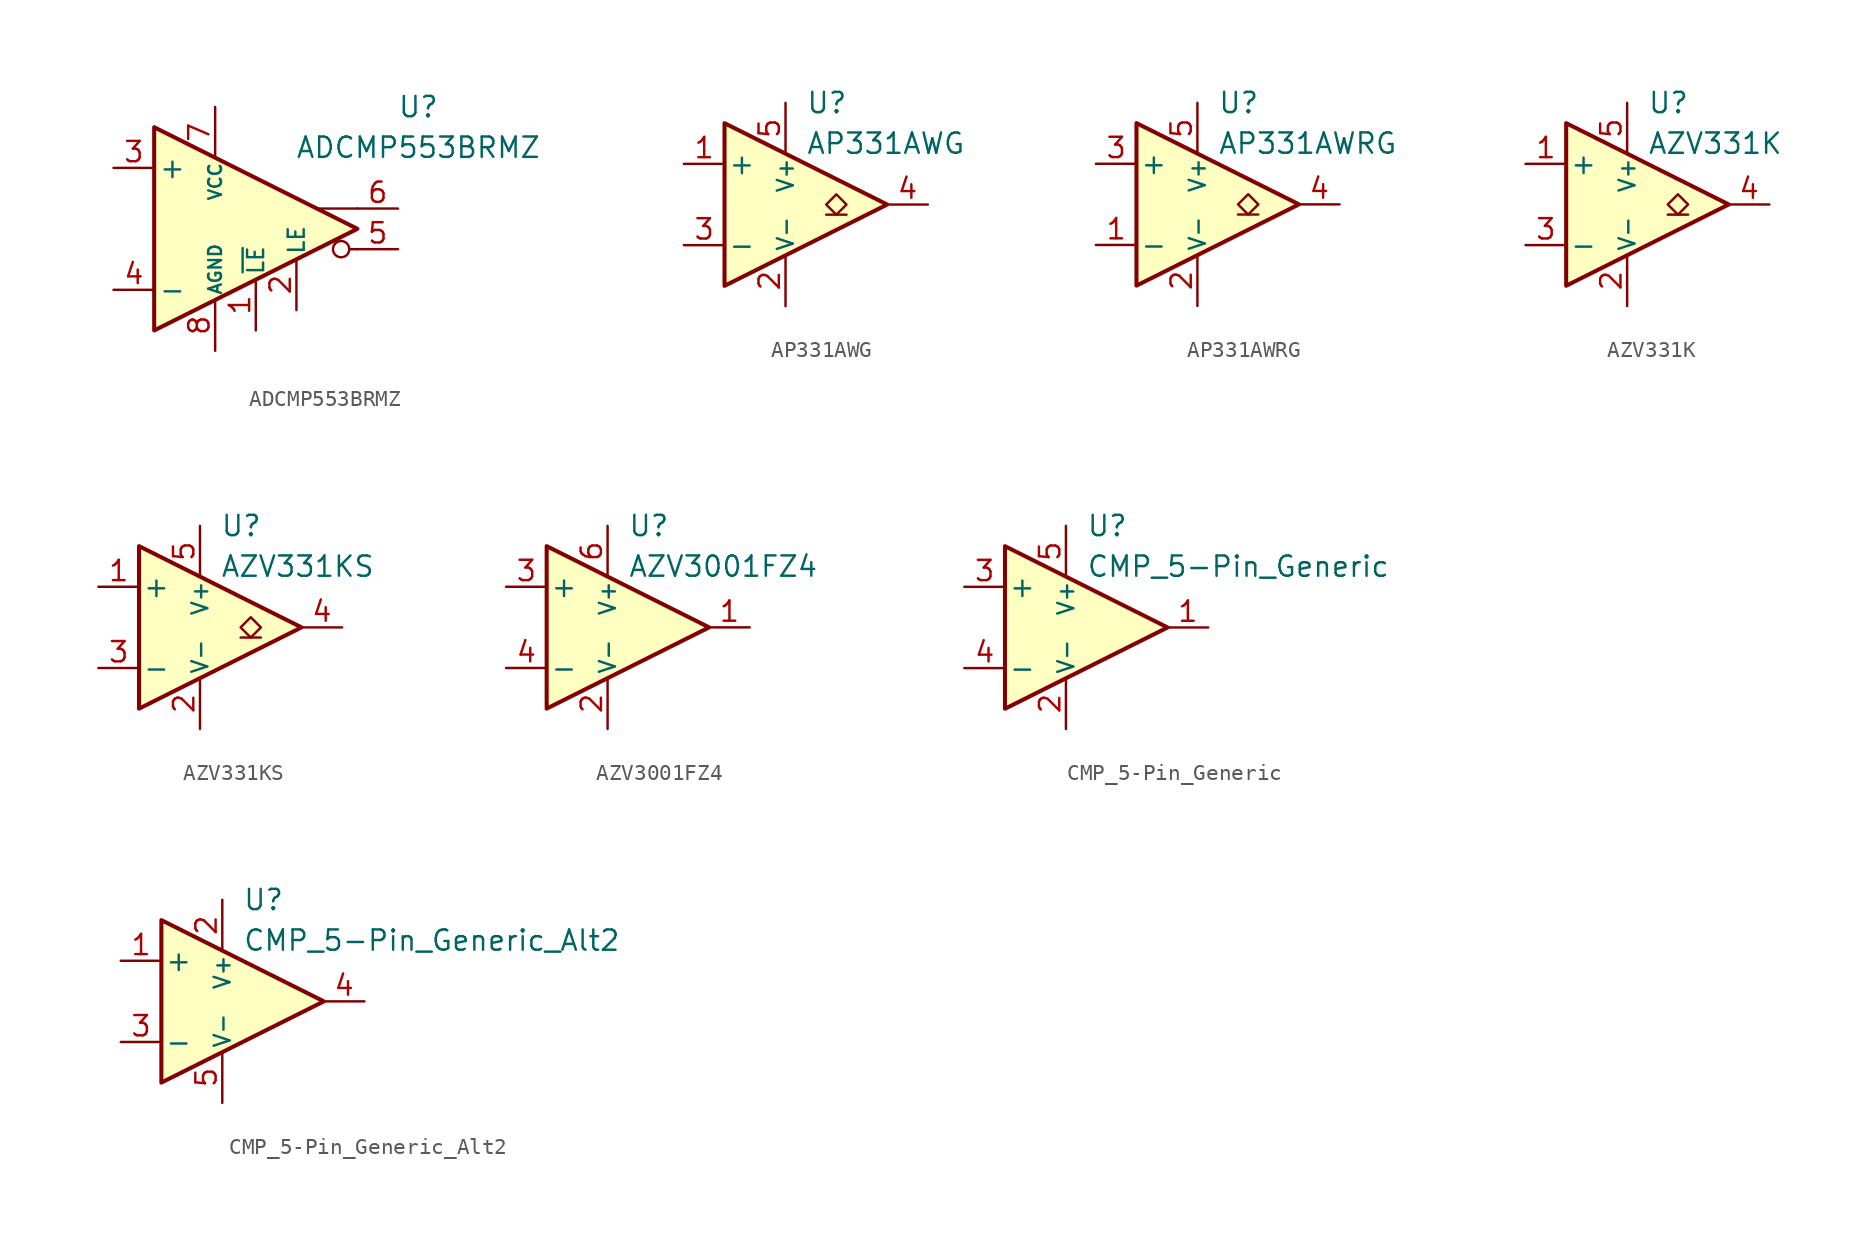
<source format=kicad_sym>
(kicad_symbol_lib
  (version 20231120)
  (generator "kicad_symbol_editor")
  (generator_version "8.0")
  (symbol "ADCMP553BRMZ"
    (pin_names
      (offset 0.254))
    (property "Reference" "U"
      (at 12.7 7.62 0)
      (effects (font (size 1.27 1.27))))
    (property "Value" "ADCMP553BRMZ"
      (at 12.7 5.08 0)
      (effects (font (size 1.27 1.27))))
    (symbol "ADCMP553BRMZ_1_0"
      (polyline (pts (xy 8.89 -1.27) (xy 8.382 -1.27)) (stroke (width 0.152) (type default)) (fill (type none)))
      (polyline (pts (xy 8.89 1.27) (xy 6.35 1.27)) (stroke (width 0.152) (type default)) (fill (type none)))
      (polyline (pts (xy 8.89 0) (xy -3.81 6.35) (xy -3.81 -6.35) (xy 8.89 0)) (stroke (width 0.254) (type default)) (fill (type background)))
      (circle (center 7.874 -1.27) (radius 0.508) (stroke (width 0.152) (type default)) (fill (type none))))
    (symbol "ADCMP553BRMZ_1_1"
      (pin input line (at 2.54 -6.35 90) (length 3.18) (name "~{LE}" (effects (font (size 1 1)))) (number "1" (effects (font (size 1.27 1.27)))))
      (pin input line (at 5.08 -5.08 90) (length 3.18) (name "LE" (effects (font (size 1 1)))) (number "2" (effects (font (size 1.27 1.27)))))
      (pin input line (at -6.35 3.81 0) (length 2.54) (name "+" (effects (font (size 1.27 1.27)))) (number "3" (effects (font (size 1.27 1.27)))))
      (pin input line (at -6.35 -3.81 0) (length 2.54) (name "-" (effects (font (size 1.27 1.27)))) (number "4" (effects (font (size 1.27 1.27)))))
      (pin output line (at 11.43 -1.27 180) (length 2.54) (name "~" (effects (font (size 1.27 1.27)))) (number "5" (effects (font (size 1.27 1.27)))))
      (pin output line (at 11.43 1.27 180) (length 2.54) (name "~" (effects (font (size 1.27 1.27)))) (number "6" (effects (font (size 1.27 1.27)))))
      (pin power_in line (at 0 7.62 270) (length 3.18) (name "VCC" (effects (font (size 0.8 0.8)))) (number "7" (effects (font (size 1.27 1.27)))))
      (pin power_in line (at 0 -7.62 90) (length 3.18) (name "AGND" (effects (font (size 0.8 0.8)))) (number "8" (effects (font (size 1.27 1.27)))))))
  (symbol "AP331AWG"
    (pin_names
      (offset 0.2))
    (property "Reference" "U"
      (at 1.27 6.35 0)
      (effects (font (size 1.27 1.27)) (justify left)))
    (property "Value" "AP331AWG"
      (at 1.27 3.81 0)
      (effects (font (size 1.27 1.27)) (justify left)))
    (symbol "AP331AWG_0_1"
      (polyline (pts (xy -3.81 5.08) (xy -3.81 -5.08) (xy 6.35 0) (xy -3.81 5.08)) (stroke (width 0.254) (type default)) (fill (type background))))
    (symbol "AP331AWG_1_1"
      (polyline (pts (xy 3.81 -0.635) (xy 2.54 -0.635)) (stroke (width 0.152) (type default)) (fill (type none)))
      (polyline (pts (xy 3.175 -0.635) (xy 2.54 0) (xy 3.175 0.635) (xy 3.81 0) (xy 3.175 -0.635)) (stroke (width 0.152) (type default)) (fill (type none)))
      (pin input line (at -6.35 2.54 0) (length 2.54) (name "+" (effects (font (size 1.27 1.27)))) (number "1" (effects (font (size 1.27 1.27)))))
      (pin power_in line (at 0 -6.35 90) (length 3.18) (name "V-" (effects (font (size 1 1)))) (number "2" (effects (font (size 1.27 1.27)))))
      (pin input line (at -6.35 -2.54 0) (length 2.54) (name "-" (effects (font (size 1.27 1.27)))) (number "3" (effects (font (size 1.27 1.27)))))
      (pin open_collector line (at 8.89 0 180) (length 2.54) (name "~" (effects (font (size 1.27 1.27)))) (number "4" (effects (font (size 1.27 1.27)))))
      (pin power_in line (at 0 6.35 270) (length 3.18) (name "V+" (effects (font (size 1 1)))) (number "5" (effects (font (size 1.27 1.27)))))))
  (symbol "AP331AWRG"
    (pin_names
      (offset 0.2))
    (property "Reference" "U"
      (at 1.27 6.35 0)
      (effects (font (size 1.27 1.27)) (justify left)))
    (property "Value" "AP331AWRG"
      (at 1.27 3.81 0)
      (effects (font (size 1.27 1.27)) (justify left)))
    (symbol "AP331AWRG_0_1"
      (polyline (pts (xy -3.81 5.08) (xy -3.81 -5.08) (xy 6.35 0) (xy -3.81 5.08)) (stroke (width 0.254) (type default)) (fill (type background))))
    (symbol "AP331AWRG_1_1"
      (polyline (pts (xy 3.81 -0.635) (xy 2.54 -0.635)) (stroke (width 0.152) (type default)) (fill (type none)))
      (polyline (pts (xy 3.175 -0.635) (xy 2.54 0) (xy 3.175 0.635) (xy 3.81 0) (xy 3.175 -0.635)) (stroke (width 0.152) (type default)) (fill (type none)))
      (pin input line (at -6.35 -2.54 0) (length 2.54) (name "-" (effects (font (size 1.27 1.27)))) (number "1" (effects (font (size 1.27 1.27)))))
      (pin power_in line (at 0 -6.35 90) (length 3.18) (name "V-" (effects (font (size 1 1)))) (number "2" (effects (font (size 1.27 1.27)))))
      (pin input line (at -6.35 2.54 0) (length 2.54) (name "+" (effects (font (size 1.27 1.27)))) (number "3" (effects (font (size 1.27 1.27)))))
      (pin open_collector line (at 8.89 0 180) (length 2.54) (name "~" (effects (font (size 1.27 1.27)))) (number "4" (effects (font (size 1.27 1.27)))))
      (pin power_in line (at 0 6.35 270) (length 3.18) (name "V+" (effects (font (size 1 1)))) (number "5" (effects (font (size 1.27 1.27)))))))
  (symbol "AZV331K"
    (pin_names
      (offset 0.2))
    (property "Reference" "U"
      (at 1.27 6.35 0)
      (effects (font (size 1.27 1.27)) (justify left)))
    (property "Value" "AZV331K"
      (at 1.27 3.81 0)
      (effects (font (size 1.27 1.27)) (justify left)))
    (symbol "AZV331K_0_1"
      (polyline (pts (xy -3.81 5.08) (xy -3.81 -5.08) (xy 6.35 0) (xy -3.81 5.08)) (stroke (width 0.254) (type default)) (fill (type background))))
    (symbol "AZV331K_1_1"
      (polyline (pts (xy 3.81 -0.635) (xy 2.54 -0.635)) (stroke (width 0.152) (type default)) (fill (type none)))
      (polyline (pts (xy 3.175 -0.635) (xy 2.54 0) (xy 3.175 0.635) (xy 3.81 0) (xy 3.175 -0.635)) (stroke (width 0.152) (type default)) (fill (type none)))
      (pin input line (at -6.35 2.54 0) (length 2.54) (name "+" (effects (font (size 1.27 1.27)))) (number "1" (effects (font (size 1.27 1.27)))))
      (pin power_in line (at 0 -6.35 90) (length 3.18) (name "V-" (effects (font (size 1 1)))) (number "2" (effects (font (size 1.27 1.27)))))
      (pin input line (at -6.35 -2.54 0) (length 2.54) (name "-" (effects (font (size 1.27 1.27)))) (number "3" (effects (font (size 1.27 1.27)))))
      (pin open_collector line (at 8.89 0 180) (length 2.54) (name "~" (effects (font (size 1.27 1.27)))) (number "4" (effects (font (size 1.27 1.27)))))
      (pin power_in line (at 0 6.35 270) (length 3.18) (name "V+" (effects (font (size 1 1)))) (number "5" (effects (font (size 1.27 1.27)))))))
  (symbol "AZV331KS"
    (pin_names
      (offset 0.2))
    (property "Reference" "U"
      (at 1.27 6.35 0)
      (effects (font (size 1.27 1.27)) (justify left)))
    (property "Value" "AZV331KS"
      (at 1.27 3.81 0)
      (effects (font (size 1.27 1.27)) (justify left)))
    (symbol "AZV331KS_0_1"
      (polyline (pts (xy -3.81 5.08) (xy -3.81 -5.08) (xy 6.35 0) (xy -3.81 5.08)) (stroke (width 0.254) (type default)) (fill (type background))))
    (symbol "AZV331KS_1_1"
      (polyline (pts (xy 3.81 -0.635) (xy 2.54 -0.635)) (stroke (width 0.152) (type default)) (fill (type none)))
      (polyline (pts (xy 3.175 -0.635) (xy 2.54 0) (xy 3.175 0.635) (xy 3.81 0) (xy 3.175 -0.635)) (stroke (width 0.152) (type default)) (fill (type none)))
      (pin input line (at -6.35 2.54 0) (length 2.54) (name "+" (effects (font (size 1.27 1.27)))) (number "1" (effects (font (size 1.27 1.27)))))
      (pin power_in line (at 0 -6.35 90) (length 3.18) (name "V-" (effects (font (size 1 1)))) (number "2" (effects (font (size 1.27 1.27)))))
      (pin input line (at -6.35 -2.54 0) (length 2.54) (name "-" (effects (font (size 1.27 1.27)))) (number "3" (effects (font (size 1.27 1.27)))))
      (pin open_collector line (at 8.89 0 180) (length 2.54) (name "~" (effects (font (size 1.27 1.27)))) (number "4" (effects (font (size 1.27 1.27)))))
      (pin power_in line (at 0 6.35 270) (length 3.18) (name "V+" (effects (font (size 1 1)))) (number "5" (effects (font (size 1.27 1.27)))))))
  (symbol "AZV3001FZ4"
    (pin_names
      (offset 0.2))
    (property "Reference" "U"
      (at 1.27 6.35 0)
      (effects (font (size 1.27 1.27)) (justify left)))
    (property "Value" "AZV3001FZ4"
      (at 1.27 3.81 0)
      (effects (font (size 1.27 1.27)) (justify left)))
    (symbol "AZV3001FZ4_0_1"
      (polyline (pts (xy -3.81 5.08) (xy -3.81 -5.08) (xy 6.35 0) (xy -3.81 5.08)) (stroke (width 0.254) (type default)) (fill (type background))))
    (symbol "AZV3001FZ4_1_1"
      (pin output line (at 8.89 0 180) (length 2.54) (name "~" (effects (font (size 1.27 1.27)))) (number "1" (effects (font (size 1.27 1.27)))))
      (pin power_in line (at 0 -6.35 90) (length 3.18) (name "V-" (effects (font (size 1 1)))) (number "2" (effects (font (size 1.27 1.27)))))
      (pin input line (at -6.35 2.54 0) (length 2.54) (name "+" (effects (font (size 1.27 1.27)))) (number "3" (effects (font (size 1.27 1.27)))))
      (pin input line (at -6.35 -2.54 0) (length 2.54) (name "-" (effects (font (size 1.27 1.27)))) (number "4" (effects (font (size 1.27 1.27)))))
      (pin free line (at -2.54 0 0) (length 2.54) hide (name "NC" (effects (font (size 1.27 1.27)))) (number "5" (effects (font (size 1.27 1.27)))))
      (pin power_in line (at 0 6.35 270) (length 3.18) (name "V+" (effects (font (size 1 1)))) (number "6" (effects (font (size 1.27 1.27)))))))
  (symbol "CMP_5-Pin_Generic"
    (pin_names
      (offset 0.2))
    (property "Reference" "U"
      (at 1.27 6.35 0)
      (effects (font (size 1.27 1.27)) (justify left)))
    (property "Value" "CMP_5-Pin_Generic"
      (at 1.27 3.81 0)
      (effects (font (size 1.27 1.27)) (justify left)))
    (symbol "CMP_5-Pin_Generic_0_1"
      (polyline (pts (xy -3.81 5.08) (xy -3.81 -5.08) (xy 6.35 0) (xy -3.81 5.08)) (stroke (width 0.254) (type default)) (fill (type background))))
    (symbol "CMP_5-Pin_Generic_1_1"
      (pin output line (at 8.89 0 180) (length 2.54) (name "~" (effects (font (size 1.27 1.27)))) (number "1" (effects (font (size 1.27 1.27)))))
      (pin power_in line (at 0 -6.35 90) (length 3.18) (name "V-" (effects (font (size 1 1)))) (number "2" (effects (font (size 1.27 1.27)))))
      (pin input line (at -6.35 2.54 0) (length 2.54) (name "+" (effects (font (size 1.27 1.27)))) (number "3" (effects (font (size 1.27 1.27)))))
      (pin input line (at -6.35 -2.54 0) (length 2.54) (name "-" (effects (font (size 1.27 1.27)))) (number "4" (effects (font (size 1.27 1.27)))))
      (pin power_in line (at 0 6.35 270) (length 3.18) (name "V+" (effects (font (size 1 1)))) (number "5" (effects (font (size 1.27 1.27)))))))
  (symbol "CMP_5-Pin_Generic_Alt2"
    (pin_names
      (offset 0.2))
    (property "Reference" "U"
      (at 1.27 6.35 0)
      (effects (font (size 1.27 1.27)) (justify left)))
    (property "Value" "CMP_5-Pin_Generic_Alt2"
      (at 1.27 3.81 0)
      (effects (font (size 1.27 1.27)) (justify left)))
    (symbol "CMP_5-Pin_Generic_Alt2_0_1"
      (polyline (pts (xy -3.81 5.08) (xy -3.81 -5.08) (xy 6.35 0) (xy -3.81 5.08)) (stroke (width 0.254) (type default)) (fill (type background))))
    (symbol "CMP_5-Pin_Generic_Alt2_1_1"
      (pin input line (at -6.35 2.54 0) (length 2.54) (name "+" (effects (font (size 1.27 1.27)))) (number "1" (effects (font (size 1.27 1.27)))))
      (pin power_in line (at 0 6.35 270) (length 3.18) (name "V+" (effects (font (size 1 1)))) (number "2" (effects (font (size 1.27 1.27)))))
      (pin input line (at -6.35 -2.54 0) (length 2.54) (name "-" (effects (font (size 1.27 1.27)))) (number "3" (effects (font (size 1.27 1.27)))))
      (pin output line (at 8.89 0 180) (length 2.54) (name "~" (effects (font (size 1.27 1.27)))) (number "4" (effects (font (size 1.27 1.27)))))
      (pin power_in line (at 0 -6.35 90) (length 3.18) (name "V-" (effects (font (size 1 1)))) (number "5" (effects (font (size 1.27 1.27))))))))
</source>
